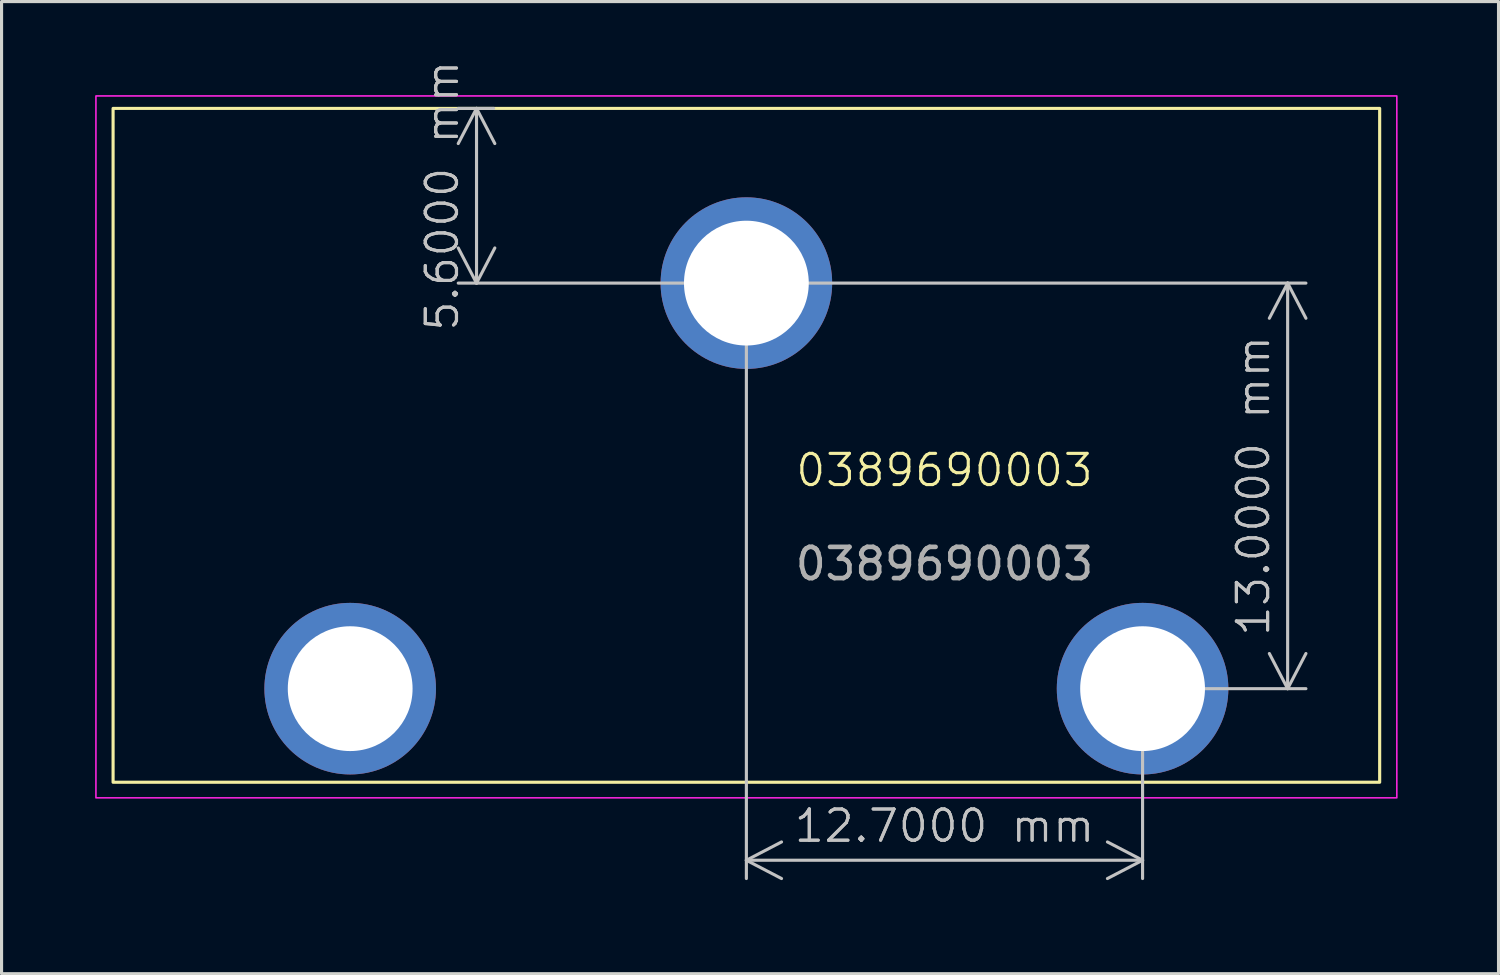
<source format=kicad_pcb>
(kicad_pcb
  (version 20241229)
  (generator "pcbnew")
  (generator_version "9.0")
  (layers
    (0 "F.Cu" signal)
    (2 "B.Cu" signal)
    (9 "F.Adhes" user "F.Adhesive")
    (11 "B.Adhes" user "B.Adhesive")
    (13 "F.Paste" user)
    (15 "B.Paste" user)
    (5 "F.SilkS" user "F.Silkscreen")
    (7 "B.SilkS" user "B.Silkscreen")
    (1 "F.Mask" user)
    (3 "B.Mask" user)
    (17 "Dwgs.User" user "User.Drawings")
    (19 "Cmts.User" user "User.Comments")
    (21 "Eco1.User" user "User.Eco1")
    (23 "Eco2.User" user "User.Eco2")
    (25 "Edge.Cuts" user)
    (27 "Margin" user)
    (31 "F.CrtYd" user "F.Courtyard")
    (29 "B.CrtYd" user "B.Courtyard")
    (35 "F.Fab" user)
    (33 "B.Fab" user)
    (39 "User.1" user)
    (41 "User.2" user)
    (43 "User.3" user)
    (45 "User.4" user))
  (footprint "0389690003"
    (layer "F.Cu")
    (at 20.875 12.525)
    (property "Reference" "0389690003" (at 6.35 -0.5 0) (unlocked yes) (layer "F.SilkS") (effects (font (size 1 1) (thickness 0.1))))
    (attr through_hole)
    (fp_rect (start -20.3 -12.1) (end 20.3 9.5) (stroke (width 0.1) (type default)) (fill no) (layer "F.SilkS"))
    (fp_rect (start -20.85 -12.5) (end 20.85 10) (stroke (width 0.05) (type default)) (fill no) (layer "F.CrtYd"))
    (fp_text user "${REFERENCE}" (at 6.35 2.5 0) (unlocked yes) (layer "F.Fab") (effects (font (size 1 1) (thickness 0.15))))
    (dimension (type orthogonal) (layer "Dwgs.User") (pts (xy 20.875 6.025) (xy 33.575 19.025)) (height 17.35) (orientation 1) (format (prefix "") (suffix "") (units 3) (units_format 1) (precision 4)) (style (thickness 0.1) (arrow_length 1.27) (text_position_mode 0) (arrow_direction outward) (extension_height 0.586) (extension_offset 0.5) (keep_text_aligned yes)) (gr_text "13.0000 mm" (at 37.125 12.525 90) (layer "Dwgs.User") (effects (font (size 1 1) (thickness 0.1)))))
    (dimension (type orthogonal) (layer "Dwgs.User") (pts (xy 20.875 6.025) (xy 13.275 0.425)) (height -8.65) (orientation 1) (format (prefix "") (suffix "") (units 3) (units_format 1) (precision 4)) (style (thickness 0.1) (arrow_length 1.27) (text_position_mode 0) (arrow_direction outward) (extension_height 0.586) (extension_offset 0.5) (keep_text_aligned yes)) (gr_text "5.6000 mm" (at 11.125 3.225 90) (layer "Dwgs.User") (effects (font (size 1 1) (thickness 0.1)))))
    (dimension (type orthogonal) (layer "Dwgs.User") (pts (xy 33.575 19.025) (xy 20.875 6.025)) (height 5.5) (orientation 0) (format (prefix "") (suffix "") (units 3) (units_format 1) (precision 4)) (style (thickness 0.1) (arrow_length 1.27) (text_position_mode 0) (arrow_direction outward) (extension_height 0.586) (extension_offset 0.5) (keep_text_aligned yes)) (gr_text "12.7000 mm" (at 27.225 23.425 0) (layer "Dwgs.User") (effects (font (size 1 1) (thickness 0.1)))))
    (pad "1" thru_hole circle (at -12.7 6.5) (size 5.5 5.5) (drill 4) (layers "*.Cu" "*.Mask"))
    (pad "2" thru_hole circle (at 0 -6.5) (size 5.5 5.5) (drill 4) (layers "*.Cu" "*.Mask"))
    (pad "3" thru_hole circle (at 12.7 6.5) (size 5.5 5.5) (drill 4) (layers "*.Cu" "*.Mask")))
  (gr_rect
    (start -3 -3)
    (end 44.985 28.161)
    (stroke (width 0.1) (type default))
    (fill no)
    (layer "Edge.Cuts")))
</source>
